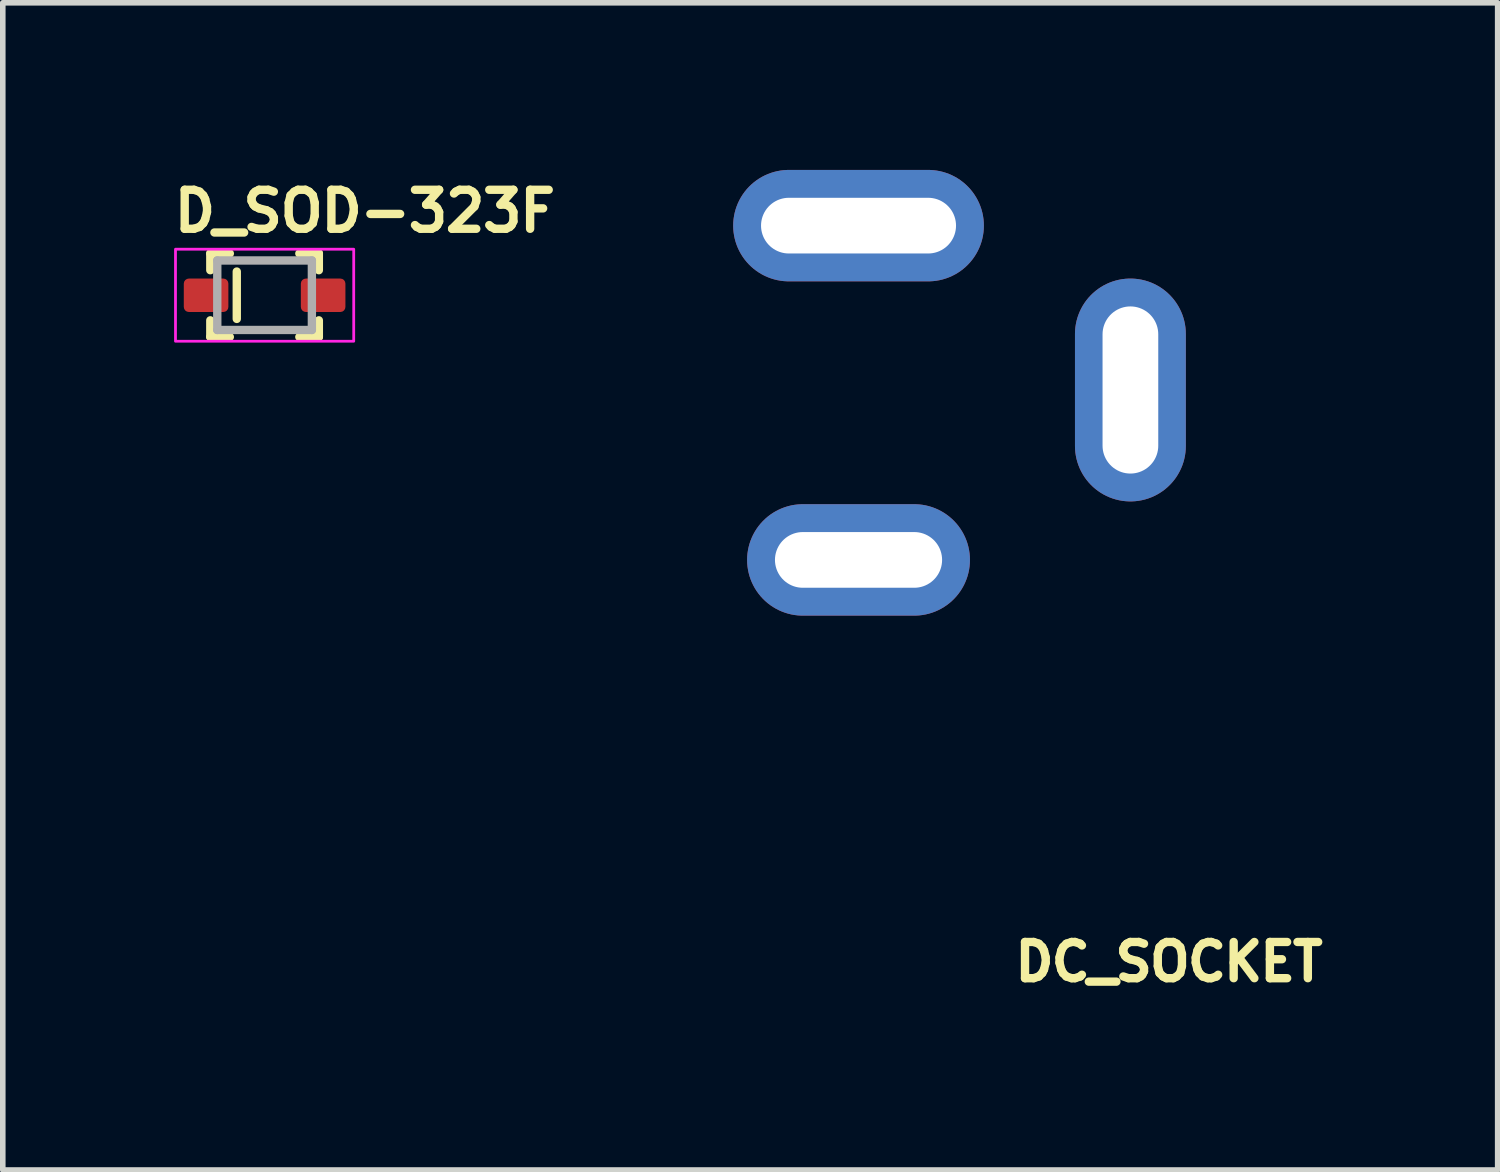
<source format=kicad_pcb>
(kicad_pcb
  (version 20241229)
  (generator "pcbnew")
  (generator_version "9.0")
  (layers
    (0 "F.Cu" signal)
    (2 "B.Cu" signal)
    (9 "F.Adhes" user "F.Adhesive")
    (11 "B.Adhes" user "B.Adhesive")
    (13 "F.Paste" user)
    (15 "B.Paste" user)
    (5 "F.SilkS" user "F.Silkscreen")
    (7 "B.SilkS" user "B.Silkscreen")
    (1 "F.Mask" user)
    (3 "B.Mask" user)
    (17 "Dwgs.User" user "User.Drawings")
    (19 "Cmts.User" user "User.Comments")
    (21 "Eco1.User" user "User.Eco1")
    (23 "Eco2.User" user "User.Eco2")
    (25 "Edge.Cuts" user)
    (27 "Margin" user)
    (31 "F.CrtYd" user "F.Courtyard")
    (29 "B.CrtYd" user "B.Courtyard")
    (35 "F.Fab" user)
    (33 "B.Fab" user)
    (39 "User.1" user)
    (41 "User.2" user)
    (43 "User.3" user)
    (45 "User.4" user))
  (footprint "D_SOD-323F"
    (layer "F.Cu")
    (at 1.7 2.25)
    (property "Reference" "D_SOD-323F" (at -1.7 -1.1 0) (layer "F.SilkS") (effects (font (size 0.7 0.7) (thickness 0.15)) (justify left bottom)))
    (attr smd)
    (fp_line (start -0.975 -0.75) (end -0.975 -0.45) (stroke (width 0.15) (type solid)) (layer "F.SilkS"))
    (fp_line (start -0.975 0.748) (end -0.975 0.45) (stroke (width 0.15) (type solid)) (layer "F.SilkS"))
    (fp_line (start -0.625 -0.75) (end -0.975 -0.75) (stroke (width 0.15) (type solid)) (layer "F.SilkS"))
    (fp_line (start -0.625 0.748) (end -0.975 0.748) (stroke (width 0.15) (type solid)) (layer "F.SilkS"))
    (fp_line (start -0.5 -0.426) (end -0.5 0.424) (stroke (width 0.15) (type solid)) (layer "F.SilkS"))
    (fp_line (start 0.623 -0.75) (end 0.973 -0.75) (stroke (width 0.15) (type solid)) (layer "F.SilkS"))
    (fp_line (start 0.973 -0.75) (end 0.973 -0.45) (stroke (width 0.15) (type solid)) (layer "F.SilkS"))
    (fp_line (start 0.973 0.45) (end 0.973 0.748) (stroke (width 0.15) (type solid)) (layer "F.SilkS"))
    (fp_line (start 0.973 0.748) (end 0.623 0.748) (stroke (width 0.15) (type solid)) (layer "F.SilkS"))
    (fp_rect (start -1.6 -0.827) (end 1.599 0.825) (stroke (width 0.05) (type solid)) (fill no) (layer "F.CrtYd"))
    (fp_line (start -0.85 -0.625) (end 0.848 -0.625) (stroke (width 0.15) (type solid)) (layer "F.Fab"))
    (fp_line (start -0.85 0.623) (end -0.85 -0.625) (stroke (width 0.15) (type solid)) (layer "F.Fab"))
    (fp_line (start -0.85 0.623) (end 0.848 0.623) (stroke (width 0.15) (type solid)) (layer "F.Fab"))
    (fp_line (start 0.848 -0.625) (end 0.848 0.623) (stroke (width 0.15) (type solid)) (layer "F.Fab"))
    (fp_rect (start -1.25 -0.677) (end 1.249 0.675) (stroke (width 0.1) (type solid)) (fill no) (layer "User.5"))
    (fp_line (start -1.25 -0.202) (end -1.25 0.2) (stroke (width 0.02) (type solid)) (layer "User.9"))
    (fp_line (start -1.25 0.2) (end -0.902 0.2) (stroke (width 0.02) (type solid)) (layer "User.9"))
    (fp_line (start -0.902 -0.677) (end 0.9 -0.677) (stroke (width 0.02) (type solid)) (layer "User.9"))
    (fp_line (start -0.902 -0.202) (end -1.25 -0.202) (stroke (width 0.02) (type solid)) (layer "User.9"))
    (fp_line (start -0.902 -0.202) (end -0.902 -0.677) (stroke (width 0.02) (type solid)) (layer "User.9"))
    (fp_line (start -0.902 0.2) (end -0.902 -0.202) (stroke (width 0.02) (type solid)) (layer "User.9"))
    (fp_line (start -0.902 0.675) (end -0.902 0.2) (stroke (width 0.02) (type solid)) (layer "User.9"))
    (fp_line (start -0.827 -0.601) (end -0.902 -0.677) (stroke (width 0.02) (type solid)) (layer "User.9"))
    (fp_line (start -0.827 -0.601) (end -0.778 -0.553) (stroke (width 0.02) (type solid)) (layer "User.9"))
    (fp_line (start -0.827 0.599) (end -0.902 0.675) (stroke (width 0.02) (type solid)) (layer "User.9"))
    (fp_line (start -0.827 0.599) (end -0.778 0.551) (stroke (width 0.02) (type solid)) (layer "User.9"))
    (fp_line (start -0.75 -0.439) (end -0.75 0.437) (stroke (width 0.02) (type solid)) (layer "User.9"))
    (fp_line (start -0.75 0.437) (end -0.6 0.437) (stroke (width 0.02) (type solid)) (layer "User.9"))
    (fp_line (start -0.6 -0.439) (end -0.75 -0.439) (stroke (width 0.02) (type solid)) (layer "User.9"))
    (fp_line (start -0.6 0.437) (end -0.6 -0.439) (stroke (width 0.02) (type solid)) (layer "User.9"))
    (fp_line (start 0.776 -0.553) (end 0.825 -0.601) (stroke (width 0.02) (type solid)) (layer "User.9"))
    (fp_line (start 0.776 0.551) (end 0.825 0.599) (stroke (width 0.02) (type solid)) (layer "User.9"))
    (fp_line (start 0.9 -0.677) (end 0.825 -0.601) (stroke (width 0.02) (type solid)) (layer "User.9"))
    (fp_line (start 0.9 -0.677) (end 0.9 -0.202) (stroke (width 0.02) (type solid)) (layer "User.9"))
    (fp_line (start 0.9 -0.202) (end 0.9 0.2) (stroke (width 0.02) (type solid)) (layer "User.9"))
    (fp_line (start 0.9 0.2) (end 0.9 0.675) (stroke (width 0.02) (type solid)) (layer "User.9"))
    (fp_line (start 0.9 0.2) (end 1.249 0.2) (stroke (width 0.02) (type solid)) (layer "User.9"))
    (fp_line (start 0.9 0.675) (end -0.902 0.675) (stroke (width 0.02) (type solid)) (layer "User.9"))
    (fp_line (start 0.9 0.675) (end 0.825 0.599) (stroke (width 0.02) (type solid)) (layer "User.9"))
    (fp_line (start 1.249 -0.202) (end 0.9 -0.202) (stroke (width 0.02) (type solid)) (layer "User.9"))
    (fp_line (start 1.249 0.2) (end 1.249 -0.202) (stroke (width 0.02) (type solid)) (layer "User.9"))
    (pad "A" smd roundrect (at 1.05 0) (size 0.8 0.6) (layers "F.Cu" "F.Mask" "F.Paste") (roundrect_rratio 0.15))
    (pad "K" smd roundrect (at -1.051 0) (size 0.8 0.6) (layers "F.Cu" "F.Mask" "F.Paste") (roundrect_rratio 0.15)))
  (footprint "DC_SOCKET"
    (layer "F.Cu")
    (at 12.36 14.7)
    (property "Reference" "DC_SOCKET" (at 5.573 -0.485 180) (layer "F.SilkS") (effects (font (size 0.65 0.65) (thickness 0.15))))
    (attr through_hole)
    (pad "1" thru_hole oval (at 0 -13.7 270) (size 2 4.5) (drill oval 1 3.5) (layers "*.Cu" "*.Mask"))
    (pad "2" thru_hole oval (at 4.88 -10.75 180) (size 1.99 4) (drill oval 1 3) (layers "*.Cu" "*.Mask"))
    (pad "3" thru_hole oval (at 0 -7.7 90) (size 2 4) (drill oval 1 3) (layers "*.Cu" "*.Mask")))
  (gr_rect
    (start -3 -3)
    (end 23.832 17.95)
    (stroke (width 0.1) (type default))
    (fill no)
    (layer "Edge.Cuts")))
</source>
